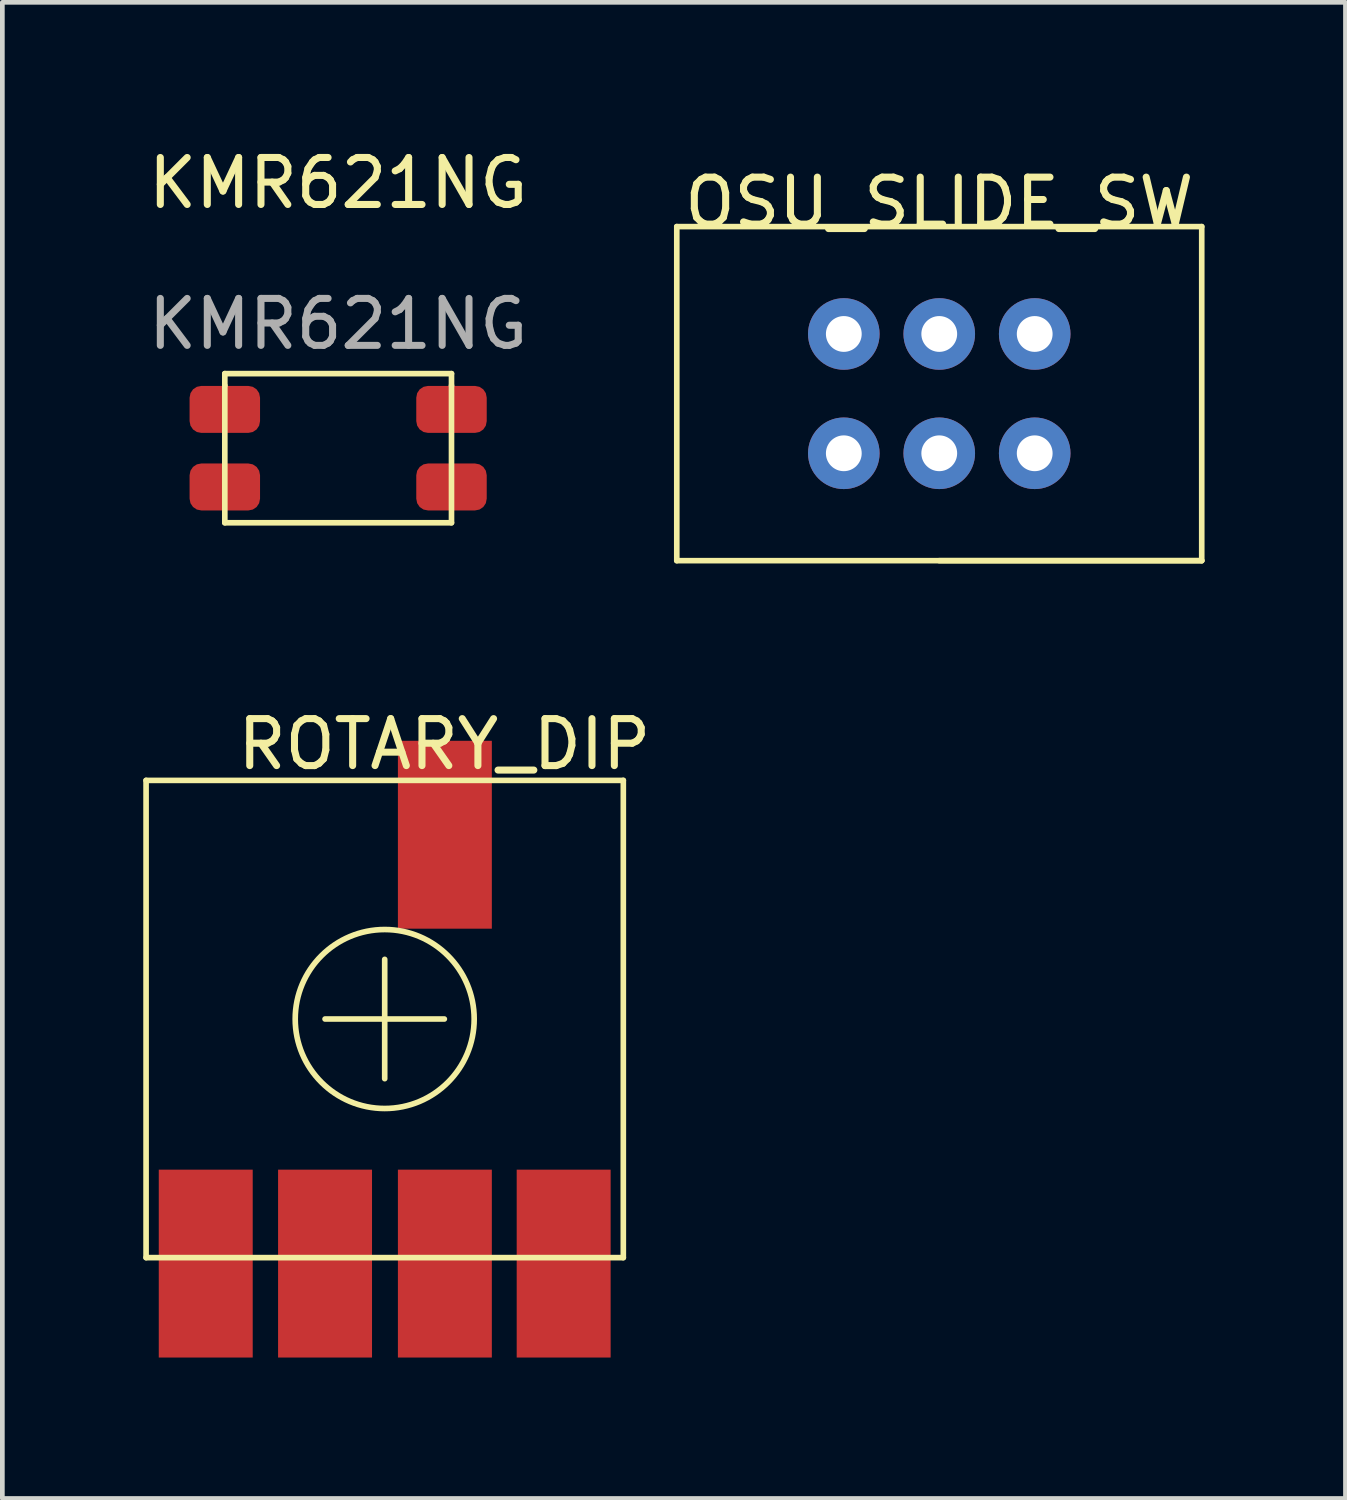
<source format=kicad_pcb>
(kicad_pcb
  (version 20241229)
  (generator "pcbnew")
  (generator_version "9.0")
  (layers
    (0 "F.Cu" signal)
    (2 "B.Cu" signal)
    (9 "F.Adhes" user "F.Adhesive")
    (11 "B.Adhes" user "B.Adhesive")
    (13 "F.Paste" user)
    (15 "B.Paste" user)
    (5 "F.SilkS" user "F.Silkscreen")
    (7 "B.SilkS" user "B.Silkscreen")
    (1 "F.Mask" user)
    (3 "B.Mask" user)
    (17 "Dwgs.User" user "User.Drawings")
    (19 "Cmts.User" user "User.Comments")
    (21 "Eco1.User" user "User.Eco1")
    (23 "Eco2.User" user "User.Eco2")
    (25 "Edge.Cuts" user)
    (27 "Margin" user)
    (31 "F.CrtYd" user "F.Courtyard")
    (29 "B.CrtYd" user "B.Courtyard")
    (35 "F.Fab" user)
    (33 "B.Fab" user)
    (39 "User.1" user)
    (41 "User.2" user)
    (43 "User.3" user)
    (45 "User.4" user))
  (footprint "ROTARY_DIP"
    (layer "F.Cu")
    (at 6.41 12.294)
    (property "Reference" "ROTARY_DIP" (at 0 0.5 0) (layer "F.SilkS") (effects (font (size 1 1) (thickness 0.15))))
    (attr through_hole)
    (fp_line (start -6.35 1.27) (end -6.35 11.43) (stroke (width 0.12) (type solid)) (layer "F.SilkS"))
    (fp_line (start -6.35 11.43) (end 3.81 11.43) (stroke (width 0.12) (type solid)) (layer "F.SilkS"))
    (fp_line (start -2.54 6.35) (end 0 6.35) (stroke (width 0.12) (type solid)) (layer "F.SilkS"))
    (fp_line (start -1.27 5.08) (end -1.27 7.62) (stroke (width 0.12) (type solid)) (layer "F.SilkS"))
    (fp_line (start 3.81 1.27) (end -6.35 1.27) (stroke (width 0.12) (type solid)) (layer "F.SilkS"))
    (fp_line (start 3.81 11.43) (end 3.81 1.27) (stroke (width 0.12) (type solid)) (layer "F.SilkS"))
    (fp_circle (center -1.27 6.35) (end -1.27 4.445) (stroke (width 0.12) (type solid)) (fill no) (layer "F.SilkS"))
    (pad "1" smd rect (at 0.011 2.427) (size 2 4) (layers "F.Cu" "F.Mask" "F.Paste"))
    (pad "2" smd rect (at 2.54 11.557) (size 2 4) (layers "F.Cu" "F.Mask" "F.Paste"))
    (pad "3" smd rect (at 0.011 11.557) (size 2 4) (layers "F.Cu" "F.Mask" "F.Paste"))
    (pad "4" smd rect (at -2.54 11.557) (size 2 4) (layers "F.Cu" "F.Mask" "F.Paste"))
    (pad "5" smd rect (at -5.08 11.557) (size 2 4) (layers "F.Cu" "F.Mask" "F.Paste")))
  (footprint "OSU_SLIDE_SW"
    (layer "F.Cu")
    (at 16.946 0.25)
    (property "Reference" "OSU_SLIDE_SW" (at 0 1.016 0) (layer "F.SilkS") (effects (font (size 1 1) (thickness 0.15))))
    (attr through_hole)
    (fp_line (start -5.588 1.524) (end -5.588 8.636) (stroke (width 0.12) (type solid)) (layer "F.SilkS"))
    (fp_line (start 0 8.636) (end 5.588 8.636) (stroke (width 0.12) (type solid)) (layer "F.SilkS"))
    (fp_line (start 5.588 1.524) (end -5.588 1.524) (stroke (width 0.12) (type solid)) (layer "F.SilkS"))
    (fp_line (start 5.588 8.636) (end -5.588 8.636) (stroke (width 0.12) (type solid)) (layer "F.SilkS"))
    (fp_line (start 5.588 8.636) (end 5.588 1.524) (stroke (width 0.12) (type solid)) (layer "F.SilkS"))
    (pad "1" thru_hole circle (at -2.032 3.81) (size 1.524 1.524) (drill 0.762) (layers "*.Cu" "*.Mask"))
    (pad "2" thru_hole circle (at 0 3.81) (size 1.524 1.524) (drill 0.762) (layers "*.Cu" "*.Mask"))
    (pad "3" thru_hole circle (at 2.032 3.81) (size 1.524 1.524) (drill 0.762) (layers "*.Cu" "*.Mask"))
    (pad "4" thru_hole circle (at -2.032 6.35) (size 1.524 1.524) (drill 0.762) (layers "*.Cu" "*.Mask"))
    (pad "5" thru_hole circle (at 0 6.35) (size 1.524 1.524) (drill 0.762) (layers "*.Cu" "*.Mask"))
    (pad "6" thru_hole circle (at 2.032 6.35) (size 1.524 1.524) (drill 0.762) (layers "*.Cu" "*.Mask")))
  (footprint "KMR621NG"
    (layer "F.Cu")
    (at 4.149 1.348)
    (property "Reference" "KMR621NG" (at 0 -0.5 0) (unlocked yes) (layer "F.SilkS") (effects (font (size 1 1) (thickness 0.15))))
    (attr smd)
    (fp_line (start -2.413 3.556) (end -2.413 3.81) (stroke (width 0.12) (type solid)) (layer "F.SilkS"))
    (fp_line (start -2.413 3.81) (end -2.413 6.731) (stroke (width 0.12) (type solid)) (layer "F.SilkS"))
    (fp_line (start -2.413 6.731) (end 2.413 6.731) (stroke (width 0.12) (type solid)) (layer "F.SilkS"))
    (fp_line (start 2.413 3.556) (end -2.413 3.556) (stroke (width 0.12) (type solid)) (layer "F.SilkS"))
    (fp_line (start 2.413 3.81) (end 2.413 3.556) (stroke (width 0.12) (type solid)) (layer "F.SilkS"))
    (fp_line (start 2.413 6.731) (end 2.413 3.81) (stroke (width 0.12) (type solid)) (layer "F.SilkS"))
    (fp_text user "${REFERENCE}" (at 0 2.5 0) (unlocked yes) (layer "F.Fab") (effects (font (size 1 1) (thickness 0.15))))
    (pad "1" smd roundrect (at -2.413 4.318) (size 1.5 1) (layers "F.Cu" "F.Mask" "F.Paste") (roundrect_rratio 0.25))
    (pad "1" smd roundrect (at 2.413 4.318) (size 1.5 1) (layers "F.Cu" "F.Mask" "F.Paste") (roundrect_rratio 0.25))
    (pad "2" smd roundrect (at -2.413 5.969) (size 1.5 1) (layers "F.Cu" "F.Mask" "F.Paste") (roundrect_rratio 0.25))
    (pad "2" smd roundrect (at 2.413 5.969) (size 1.5 1) (layers "F.Cu" "F.Mask" "F.Paste") (roundrect_rratio 0.25)))
  (gr_rect
    (start -3 -3)
    (end 25.594 28.851)
    (stroke (width 0.1) (type default))
    (fill no)
    (layer "Edge.Cuts")))
</source>
